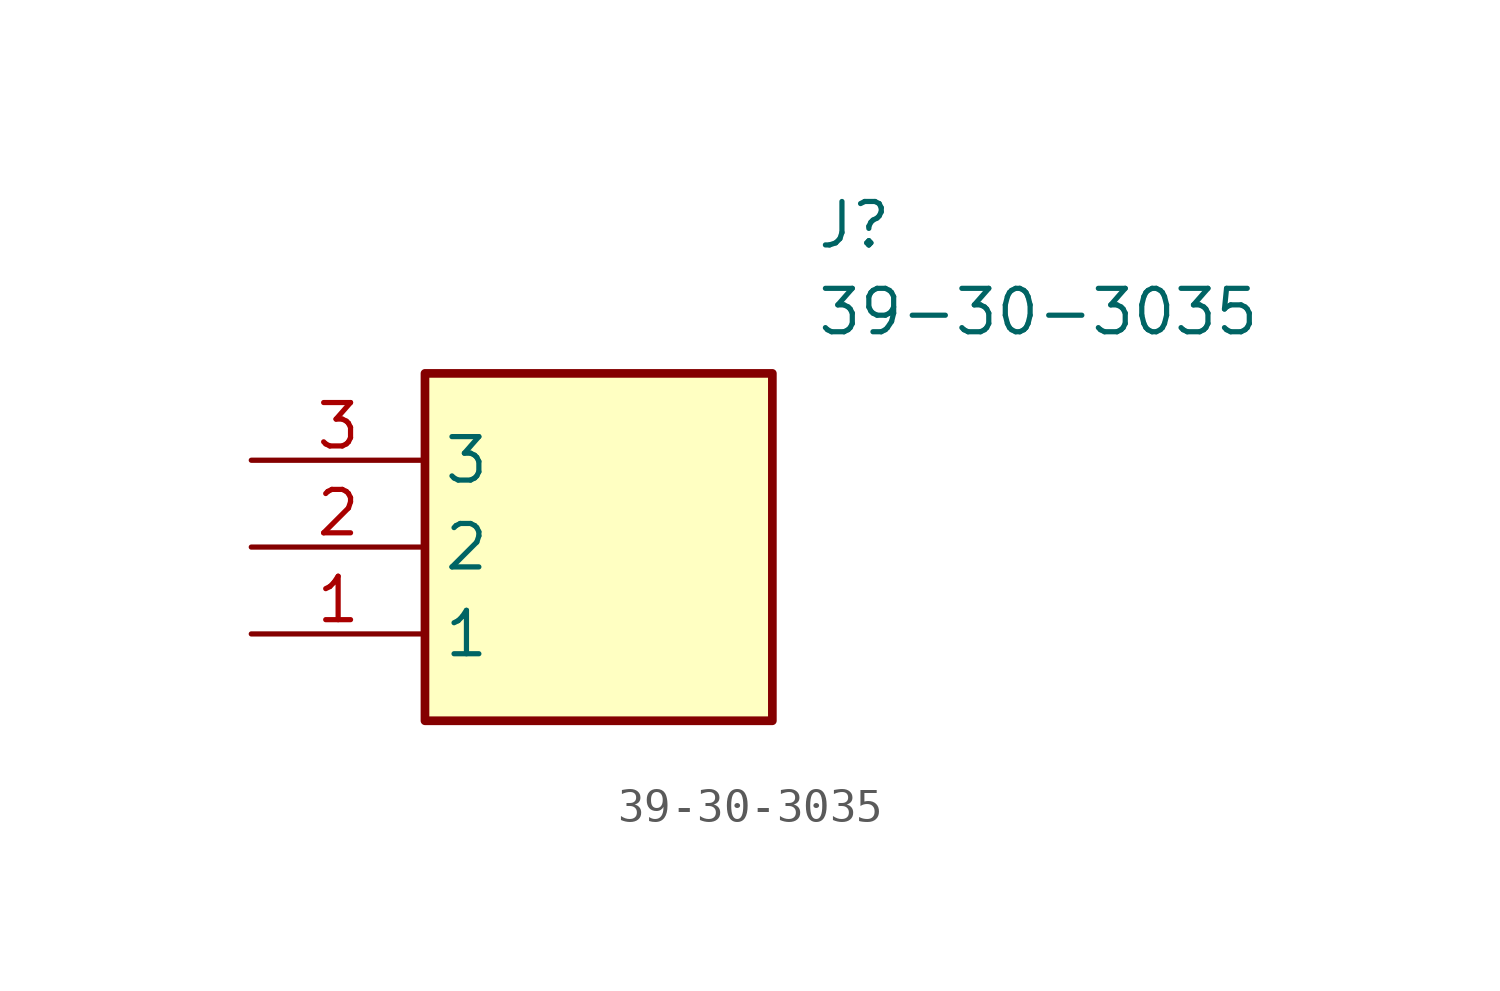
<source format=kicad_sym>
(kicad_symbol_lib
  (version 20211014)
  (generator SamacSys_ECAD_Model)
  (symbol "39-30-3035"
    (property "Reference" "J"
      (at 16.51 7.62 0)
      (effects (font (size 1.27 1.27)) (justify left top)))
    (property "Value" "39-30-3035"
      (at 16.51 5.08 0)
      (effects (font (size 1.27 1.27)) (justify left top)))
    (rectangle
      (start 5.08 2.54)
      (end 15.24 -7.62)
      (stroke (width 0.254) (type default))
      (fill (type background)))
    (pin passive line
      (at 0 -5.08 0)
      (length 5.08)
      (name "1" (effects (font (size 1.27 1.27))))
      (number "1" (effects (font (size 1.27 1.27)))))
    (pin passive line
      (at 0 -2.54 0)
      (length 5.08)
      (name "2" (effects (font (size 1.27 1.27))))
      (number "2" (effects (font (size 1.27 1.27)))))
    (pin passive line
      (at 0 0 0)
      (length 5.08)
      (name "3" (effects (font (size 1.27 1.27))))
      (number "3" (effects (font (size 1.27 1.27)))))))
</source>
